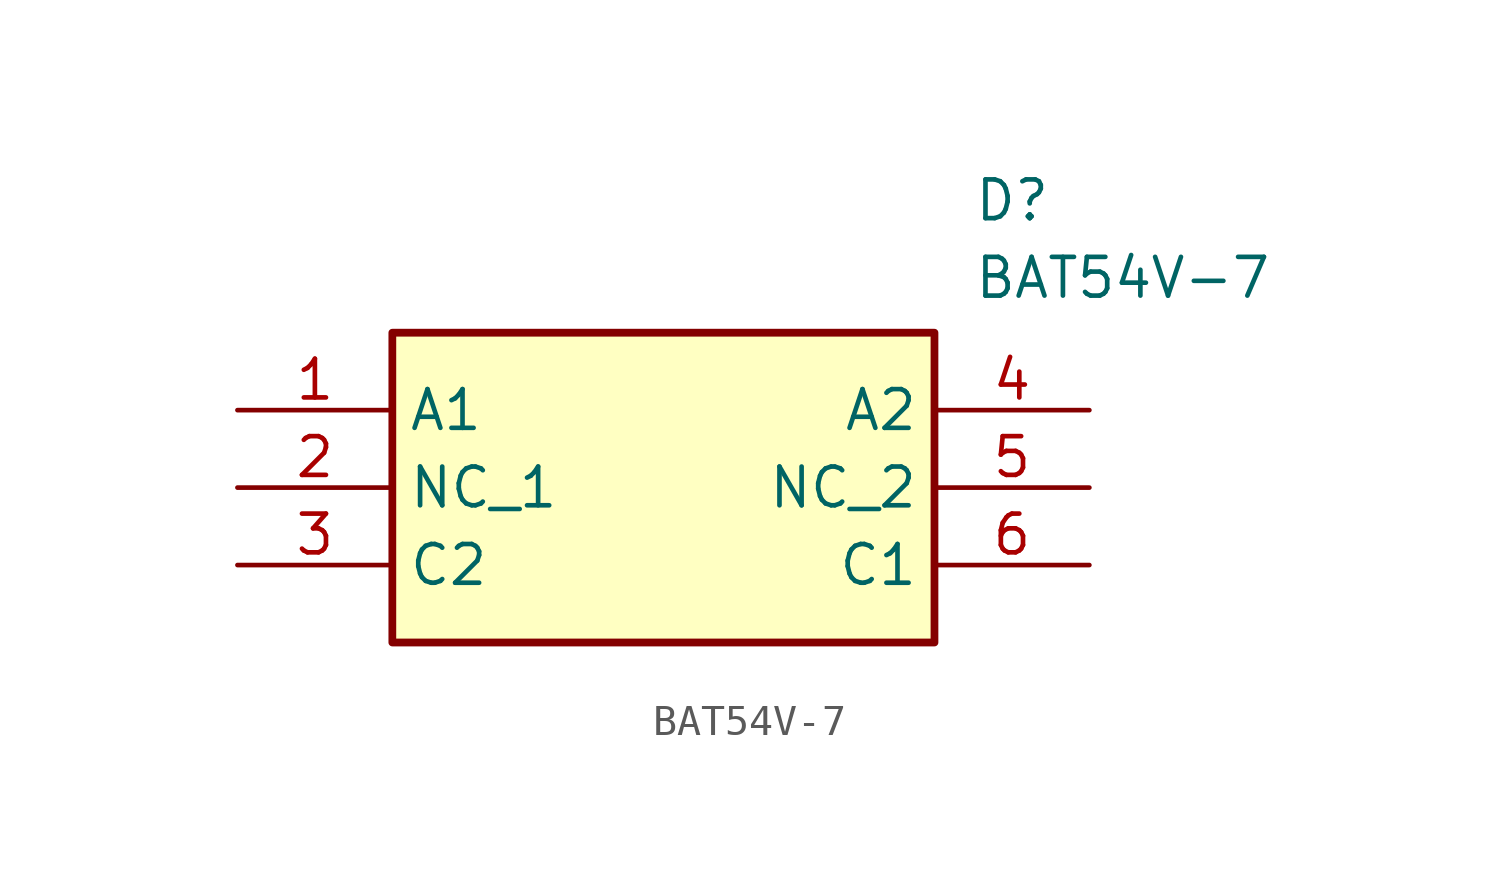
<source format=kicad_sym>
(kicad_symbol_lib
  (version 20211014)
  (generator SamacSys_ECAD_Model)
  (symbol "BAT54V-7"
    (property "Reference" "D"
      (at 24.13 7.62 0)
      (effects (font (size 1.27 1.27)) (justify left top)))
    (property "Value" "BAT54V-7"
      (at 24.13 5.08 0)
      (effects (font (size 1.27 1.27)) (justify left top)))
    (rectangle
      (start 5.08 2.54)
      (end 22.86 -7.62)
      (stroke (width 0.254) (type default))
      (fill (type background)))
    (pin passive line
      (at 0 0 0)
      (length 5.08)
      (name "A1" (effects (font (size 1.27 1.27))))
      (number "1" (effects (font (size 1.27 1.27)))))
    (pin passive line
      (at 0 -2.54 0)
      (length 5.08)
      (name "NC_1" (effects (font (size 1.27 1.27))))
      (number "2" (effects (font (size 1.27 1.27)))))
    (pin passive line
      (at 0 -5.08 0)
      (length 5.08)
      (name "C2" (effects (font (size 1.27 1.27))))
      (number "3" (effects (font (size 1.27 1.27)))))
    (pin passive line
      (at 27.94 0 180)
      (length 5.08)
      (name "A2" (effects (font (size 1.27 1.27))))
      (number "4" (effects (font (size 1.27 1.27)))))
    (pin passive line
      (at 27.94 -2.54 180)
      (length 5.08)
      (name "NC_2" (effects (font (size 1.27 1.27))))
      (number "5" (effects (font (size 1.27 1.27)))))
    (pin passive line
      (at 27.94 -5.08 180)
      (length 5.08)
      (name "C1" (effects (font (size 1.27 1.27))))
      (number "6" (effects (font (size 1.27 1.27)))))))
</source>
